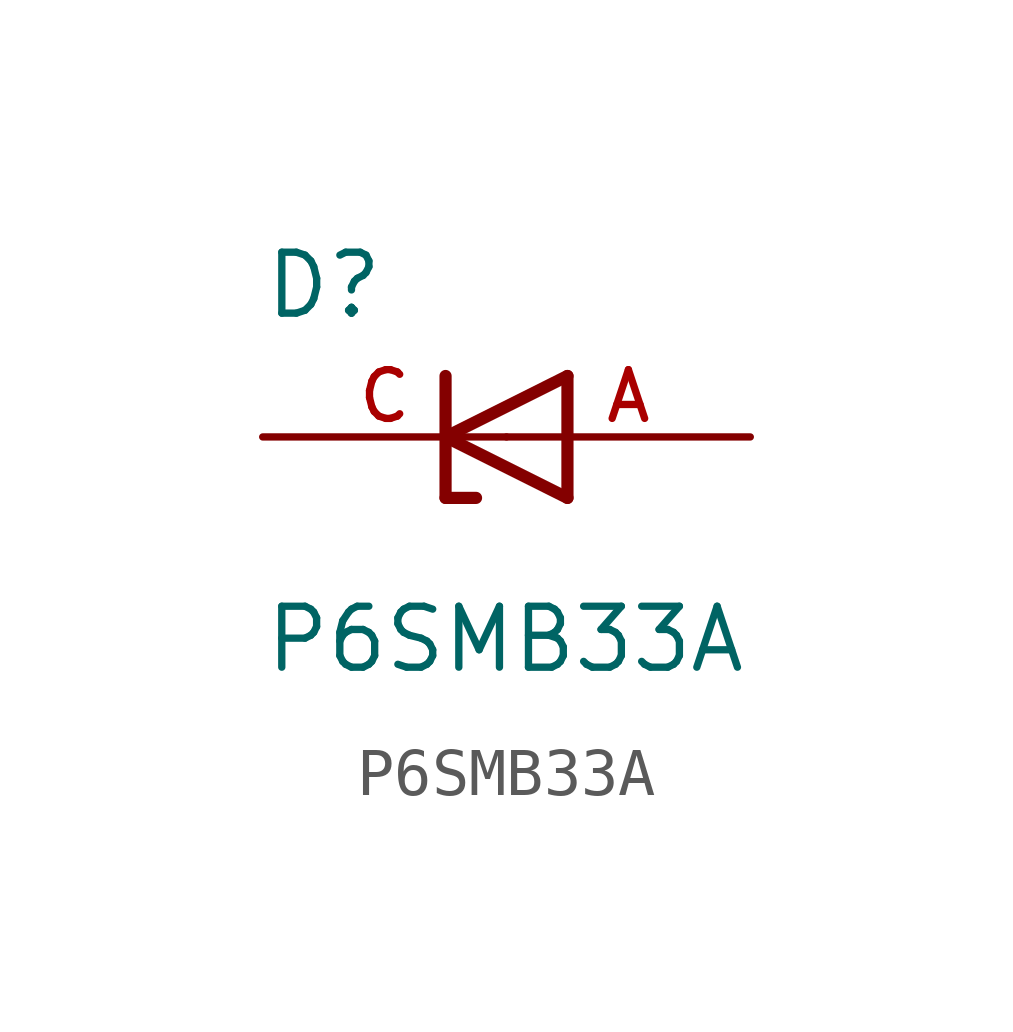
<source format=kicad_sym>
(kicad_symbol_lib
  (version 20211014)
  (generator kicad_symbol_editor)
  (symbol "P6SMB33A"
    (pin_names
      (offset 1.016))
    (property "Reference" "D"
      (at -5.084 2.416 0)
      (effects (font (size 1.27 1.27)) (justify bottom left)))
    (property "Value" "P6SMB33A"
      (at -5.085 -4.961 0)
      (effects (font (size 1.27 1.27)) (justify bottom left)))
    (symbol "P6SMB33A_0_0"
      (polyline (pts (xy 1.27 1.27) (xy -1.27 0.0)) (stroke (width 0.254)))
      (polyline (pts (xy -1.27 0.0) (xy 1.27 -1.27)) (stroke (width 0.254)))
      (polyline (pts (xy -0.635 -1.27) (xy -1.27 -1.27)) (stroke (width 0.254)))
      (polyline (pts (xy -1.27 -1.27) (xy -1.27 0.0)) (stroke (width 0.254)))
      (polyline (pts (xy 1.27 -1.27) (xy 1.27 1.27)) (stroke (width 0.254)))
      (polyline (pts (xy -1.27 0.0) (xy -1.27 1.27)) (stroke (width 0.254)))
      (pin passive line (at 5.08 0.0 180.0) (length 5.08) (name "~" (effects (font (size 1.016 1.016)))) (number "A" (effects (font (size 1.016 1.016)))))
      (pin passive line (at -5.08 0.0 0) (length 5.08) (name "~" (effects (font (size 1.016 1.016)))) (number "C" (effects (font (size 1.016 1.016))))))))
</source>
